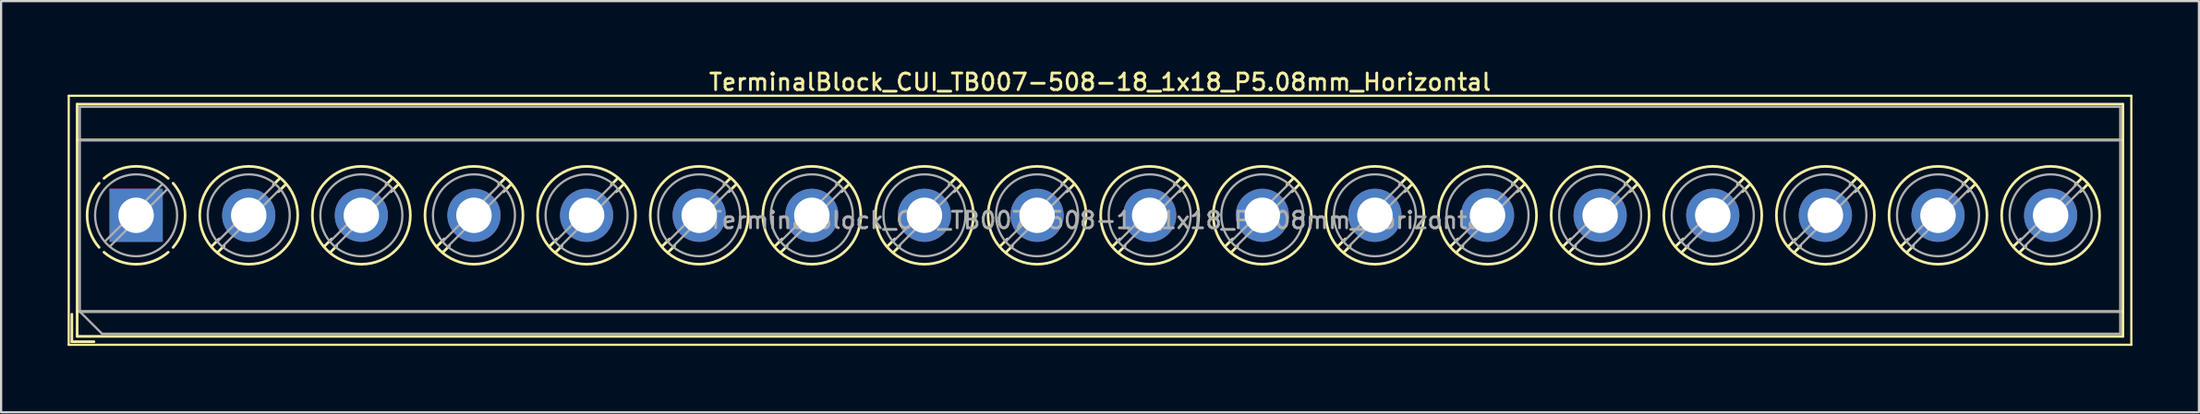
<source format=kicad_pcb>
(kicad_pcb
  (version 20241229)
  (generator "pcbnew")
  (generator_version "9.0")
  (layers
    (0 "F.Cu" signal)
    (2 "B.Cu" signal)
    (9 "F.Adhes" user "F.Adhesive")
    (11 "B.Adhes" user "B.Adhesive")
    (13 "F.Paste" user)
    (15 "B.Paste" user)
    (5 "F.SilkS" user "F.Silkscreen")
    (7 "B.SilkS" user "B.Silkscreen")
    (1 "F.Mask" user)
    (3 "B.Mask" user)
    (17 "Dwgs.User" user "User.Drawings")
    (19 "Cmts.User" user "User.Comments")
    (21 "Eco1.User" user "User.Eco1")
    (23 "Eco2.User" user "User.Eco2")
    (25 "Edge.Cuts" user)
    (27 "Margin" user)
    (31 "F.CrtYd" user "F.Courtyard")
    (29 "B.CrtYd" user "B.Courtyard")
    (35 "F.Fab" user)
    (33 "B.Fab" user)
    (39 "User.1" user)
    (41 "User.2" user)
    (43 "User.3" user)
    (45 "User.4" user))
  (footprint "TerminalBlock_CUI_TB007-508-18_1x18_P5.08mm_Horizontal"
    (layer "F.Cu")
    (at 3.09 6.678)
    (property "Reference" "TerminalBlock_CUI_TB007-508-18_1x18_P5.08mm_Horizontal" (at 43.48 -6.02 0) (layer "F.SilkS") (effects (font (size 0.75 0.75) (thickness 0.125))))
    (attr through_hole)
    (fp_line (start -3.04 -5.4) (end -3.04 5.85) (stroke (width 0.1) (type solid)) (layer "F.SilkS"))
    (fp_line (start -3.04 5.85) (end 90 5.85) (stroke (width 0.1) (type solid)) (layer "F.SilkS"))
    (fp_line (start -2.9 4.47) (end -2.9 5.71) (stroke (width 0.12) (type solid)) (layer "F.SilkS"))
    (fp_line (start -2.9 5.71) (end -1.9 5.71) (stroke (width 0.12) (type solid)) (layer "F.SilkS"))
    (fp_line (start -2.66 -5.02) (end -2.66 5.47) (stroke (width 0.12) (type solid)) (layer "F.SilkS"))
    (fp_line (start -2.66 -5.02) (end 89.62 -5.02) (stroke (width 0.12) (type solid)) (layer "F.SilkS"))
    (fp_line (start -2.66 -3.401) (end 89.62 -3.401) (stroke (width 0.12) (type solid)) (layer "F.SilkS"))
    (fp_line (start -2.66 4.35) (end 89.62 4.35) (stroke (width 0.12) (type solid)) (layer "F.SilkS"))
    (fp_line (start -2.66 5.47) (end 89.62 5.47) (stroke (width 0.12) (type solid)) (layer "F.SilkS"))
    (fp_line (start 3.743 1.068) (end 3.404 1.407) (stroke (width 0.12) (type solid)) (layer "F.SilkS"))
    (fp_line (start 3.967 1.384) (end 3.674 1.676) (stroke (width 0.12) (type solid)) (layer "F.SilkS"))
    (fp_line (start 6.487 -1.676) (end 6.194 -1.384) (stroke (width 0.12) (type solid)) (layer "F.SilkS"))
    (fp_line (start 6.757 -1.407) (end 6.418 -1.068) (stroke (width 0.12) (type solid)) (layer "F.SilkS"))
    (fp_line (start 8.823 1.068) (end 8.484 1.407) (stroke (width 0.12) (type solid)) (layer "F.SilkS"))
    (fp_line (start 9.047 1.384) (end 8.754 1.676) (stroke (width 0.12) (type solid)) (layer "F.SilkS"))
    (fp_line (start 11.567 -1.676) (end 11.274 -1.384) (stroke (width 0.12) (type solid)) (layer "F.SilkS"))
    (fp_line (start 11.837 -1.407) (end 11.498 -1.068) (stroke (width 0.12) (type solid)) (layer "F.SilkS"))
    (fp_line (start 13.903 1.068) (end 13.564 1.407) (stroke (width 0.12) (type solid)) (layer "F.SilkS"))
    (fp_line (start 14.127 1.384) (end 13.834 1.676) (stroke (width 0.12) (type solid)) (layer "F.SilkS"))
    (fp_line (start 16.647 -1.676) (end 16.354 -1.384) (stroke (width 0.12) (type solid)) (layer "F.SilkS"))
    (fp_line (start 16.917 -1.407) (end 16.578 -1.068) (stroke (width 0.12) (type solid)) (layer "F.SilkS"))
    (fp_line (start 18.983 1.068) (end 18.644 1.407) (stroke (width 0.12) (type solid)) (layer "F.SilkS"))
    (fp_line (start 19.207 1.384) (end 18.914 1.676) (stroke (width 0.12) (type solid)) (layer "F.SilkS"))
    (fp_line (start 21.727 -1.676) (end 21.434 -1.384) (stroke (width 0.12) (type solid)) (layer "F.SilkS"))
    (fp_line (start 21.997 -1.407) (end 21.658 -1.068) (stroke (width 0.12) (type solid)) (layer "F.SilkS"))
    (fp_line (start 24.063 1.068) (end 23.724 1.407) (stroke (width 0.12) (type solid)) (layer "F.SilkS"))
    (fp_line (start 24.287 1.384) (end 23.994 1.676) (stroke (width 0.12) (type solid)) (layer "F.SilkS"))
    (fp_line (start 26.807 -1.676) (end 26.514 -1.384) (stroke (width 0.12) (type solid)) (layer "F.SilkS"))
    (fp_line (start 27.077 -1.407) (end 26.738 -1.068) (stroke (width 0.12) (type solid)) (layer "F.SilkS"))
    (fp_line (start 29.143 1.068) (end 28.804 1.407) (stroke (width 0.12) (type solid)) (layer "F.SilkS"))
    (fp_line (start 29.367 1.384) (end 29.074 1.676) (stroke (width 0.12) (type solid)) (layer "F.SilkS"))
    (fp_line (start 31.887 -1.676) (end 31.594 -1.384) (stroke (width 0.12) (type solid)) (layer "F.SilkS"))
    (fp_line (start 32.157 -1.407) (end 31.818 -1.068) (stroke (width 0.12) (type solid)) (layer "F.SilkS"))
    (fp_line (start 34.223 1.068) (end 33.884 1.407) (stroke (width 0.12) (type solid)) (layer "F.SilkS"))
    (fp_line (start 34.447 1.384) (end 34.154 1.676) (stroke (width 0.12) (type solid)) (layer "F.SilkS"))
    (fp_line (start 36.967 -1.676) (end 36.674 -1.384) (stroke (width 0.12) (type solid)) (layer "F.SilkS"))
    (fp_line (start 37.237 -1.407) (end 36.898 -1.068) (stroke (width 0.12) (type solid)) (layer "F.SilkS"))
    (fp_line (start 39.303 1.068) (end 38.964 1.407) (stroke (width 0.12) (type solid)) (layer "F.SilkS"))
    (fp_line (start 39.527 1.384) (end 39.234 1.676) (stroke (width 0.12) (type solid)) (layer "F.SilkS"))
    (fp_line (start 42.047 -1.676) (end 41.754 -1.384) (stroke (width 0.12) (type solid)) (layer "F.SilkS"))
    (fp_line (start 42.317 -1.407) (end 41.978 -1.068) (stroke (width 0.12) (type solid)) (layer "F.SilkS"))
    (fp_line (start 44.383 1.068) (end 44.044 1.407) (stroke (width 0.12) (type solid)) (layer "F.SilkS"))
    (fp_line (start 44.607 1.384) (end 44.314 1.676) (stroke (width 0.12) (type solid)) (layer "F.SilkS"))
    (fp_line (start 47.127 -1.676) (end 46.834 -1.384) (stroke (width 0.12) (type solid)) (layer "F.SilkS"))
    (fp_line (start 47.397 -1.407) (end 47.058 -1.068) (stroke (width 0.12) (type solid)) (layer "F.SilkS"))
    (fp_line (start 49.463 1.068) (end 49.124 1.407) (stroke (width 0.12) (type solid)) (layer "F.SilkS"))
    (fp_line (start 49.687 1.384) (end 49.394 1.676) (stroke (width 0.12) (type solid)) (layer "F.SilkS"))
    (fp_line (start 52.207 -1.676) (end 51.914 -1.384) (stroke (width 0.12) (type solid)) (layer "F.SilkS"))
    (fp_line (start 52.477 -1.407) (end 52.138 -1.068) (stroke (width 0.12) (type solid)) (layer "F.SilkS"))
    (fp_line (start 54.543 1.068) (end 54.204 1.407) (stroke (width 0.12) (type solid)) (layer "F.SilkS"))
    (fp_line (start 54.767 1.384) (end 54.474 1.676) (stroke (width 0.12) (type solid)) (layer "F.SilkS"))
    (fp_line (start 57.287 -1.676) (end 56.994 -1.384) (stroke (width 0.12) (type solid)) (layer "F.SilkS"))
    (fp_line (start 57.557 -1.407) (end 57.218 -1.068) (stroke (width 0.12) (type solid)) (layer "F.SilkS"))
    (fp_line (start 59.623 1.068) (end 59.284 1.407) (stroke (width 0.12) (type solid)) (layer "F.SilkS"))
    (fp_line (start 59.847 1.384) (end 59.554 1.676) (stroke (width 0.12) (type solid)) (layer "F.SilkS"))
    (fp_line (start 62.367 -1.676) (end 62.074 -1.384) (stroke (width 0.12) (type solid)) (layer "F.SilkS"))
    (fp_line (start 62.637 -1.407) (end 62.298 -1.068) (stroke (width 0.12) (type solid)) (layer "F.SilkS"))
    (fp_line (start 64.703 1.068) (end 64.364 1.407) (stroke (width 0.12) (type solid)) (layer "F.SilkS"))
    (fp_line (start 64.927 1.384) (end 64.634 1.676) (stroke (width 0.12) (type solid)) (layer "F.SilkS"))
    (fp_line (start 67.447 -1.676) (end 67.154 -1.384) (stroke (width 0.12) (type solid)) (layer "F.SilkS"))
    (fp_line (start 67.717 -1.407) (end 67.378 -1.068) (stroke (width 0.12) (type solid)) (layer "F.SilkS"))
    (fp_line (start 69.783 1.068) (end 69.444 1.407) (stroke (width 0.12) (type solid)) (layer "F.SilkS"))
    (fp_line (start 70.007 1.384) (end 69.714 1.676) (stroke (width 0.12) (type solid)) (layer "F.SilkS"))
    (fp_line (start 72.527 -1.676) (end 72.234 -1.384) (stroke (width 0.12) (type solid)) (layer "F.SilkS"))
    (fp_line (start 72.797 -1.407) (end 72.458 -1.068) (stroke (width 0.12) (type solid)) (layer "F.SilkS"))
    (fp_line (start 74.863 1.068) (end 74.524 1.407) (stroke (width 0.12) (type solid)) (layer "F.SilkS"))
    (fp_line (start 75.087 1.384) (end 74.794 1.676) (stroke (width 0.12) (type solid)) (layer "F.SilkS"))
    (fp_line (start 77.607 -1.676) (end 77.314 -1.384) (stroke (width 0.12) (type solid)) (layer "F.SilkS"))
    (fp_line (start 77.877 -1.407) (end 77.538 -1.068) (stroke (width 0.12) (type solid)) (layer "F.SilkS"))
    (fp_line (start 79.943 1.068) (end 79.604 1.407) (stroke (width 0.12) (type solid)) (layer "F.SilkS"))
    (fp_line (start 80.167 1.384) (end 79.874 1.676) (stroke (width 0.12) (type solid)) (layer "F.SilkS"))
    (fp_line (start 82.687 -1.676) (end 82.394 -1.384) (stroke (width 0.12) (type solid)) (layer "F.SilkS"))
    (fp_line (start 82.957 -1.407) (end 82.618 -1.068) (stroke (width 0.12) (type solid)) (layer "F.SilkS"))
    (fp_line (start 85.023 1.068) (end 84.684 1.407) (stroke (width 0.12) (type solid)) (layer "F.SilkS"))
    (fp_line (start 85.247 1.384) (end 84.954 1.676) (stroke (width 0.12) (type solid)) (layer "F.SilkS"))
    (fp_line (start 87.767 -1.676) (end 87.474 -1.384) (stroke (width 0.12) (type solid)) (layer "F.SilkS"))
    (fp_line (start 88.037 -1.407) (end 87.698 -1.068) (stroke (width 0.12) (type solid)) (layer "F.SilkS"))
    (fp_line (start 89.62 -5.02) (end 89.62 5.47) (stroke (width 0.12) (type solid)) (layer "F.SilkS"))
    (fp_line (start 90 -5.4) (end -3.04 -5.4) (stroke (width 0.1) (type solid)) (layer "F.SilkS"))
    (fp_line (start 90 5.85) (end 90 -5.4) (stroke (width 0.1) (type solid)) (layer "F.SilkS"))
    (fp_arc (start -1.66902 1.449827) (mid -2.210797 -0.000777) (end -1.668 -1.451) (stroke (width 0.12) (type solid)) (layer "F.SilkS"))
    (fp_arc (start -1.449827 -1.66902) (mid 0.000777 -2.210797) (end 1.451 -1.668) (stroke (width 0.12) (type solid)) (layer "F.SilkS"))
    (fp_arc (start 0.037807 2.210474) (mid -0.756867 2.077204) (end -1.451 1.668) (stroke (width 0.12) (type solid)) (layer "F.SilkS"))
    (fp_arc (start 1.44989 1.667908) (mid 0.773958 2.070046) (end 0 2.21) (stroke (width 0.12) (type solid)) (layer "F.SilkS"))
    (fp_arc (start 1.668029 -1.449966) (mid 2.210141 0.000022) (end 1.668 1.45) (stroke (width 0.12) (type solid)) (layer "F.SilkS"))
    (fp_circle (center 5.08 0) (end 7.29 0) (stroke (width 0.12) (type solid)) (fill no) (layer "F.SilkS"))
    (fp_circle (center 10.16 0) (end 12.37 0) (stroke (width 0.12) (type solid)) (fill no) (layer "F.SilkS"))
    (fp_circle (center 15.24 0) (end 17.45 0) (stroke (width 0.12) (type solid)) (fill no) (layer "F.SilkS"))
    (fp_circle (center 20.32 0) (end 22.53 0) (stroke (width 0.12) (type solid)) (fill no) (layer "F.SilkS"))
    (fp_circle (center 25.4 0) (end 27.61 0) (stroke (width 0.12) (type solid)) (fill no) (layer "F.SilkS"))
    (fp_circle (center 30.48 0) (end 32.69 0) (stroke (width 0.12) (type solid)) (fill no) (layer "F.SilkS"))
    (fp_circle (center 35.56 0) (end 37.77 0) (stroke (width 0.12) (type solid)) (fill no) (layer "F.SilkS"))
    (fp_circle (center 40.64 0) (end 42.85 0) (stroke (width 0.12) (type solid)) (fill no) (layer "F.SilkS"))
    (fp_circle (center 45.72 0) (end 47.93 0) (stroke (width 0.12) (type solid)) (fill no) (layer "F.SilkS"))
    (fp_circle (center 50.8 0) (end 53.01 0) (stroke (width 0.12) (type solid)) (fill no) (layer "F.SilkS"))
    (fp_circle (center 55.88 0) (end 58.09 0) (stroke (width 0.12) (type solid)) (fill no) (layer "F.SilkS"))
    (fp_circle (center 60.96 0) (end 63.17 0) (stroke (width 0.12) (type solid)) (fill no) (layer "F.SilkS"))
    (fp_circle (center 66.04 0) (end 68.25 0) (stroke (width 0.12) (type solid)) (fill no) (layer "F.SilkS"))
    (fp_circle (center 71.12 0) (end 73.33 0) (stroke (width 0.12) (type solid)) (fill no) (layer "F.SilkS"))
    (fp_circle (center 76.2 0) (end 78.41 0) (stroke (width 0.12) (type solid)) (fill no) (layer "F.SilkS"))
    (fp_circle (center 81.28 0) (end 83.49 0) (stroke (width 0.12) (type solid)) (fill no) (layer "F.SilkS"))
    (fp_circle (center 86.36 0) (end 88.57 0) (stroke (width 0.12) (type solid)) (fill no) (layer "F.SilkS"))
    (fp_line (start -2.54 -4.9) (end 89.5 -4.9) (stroke (width 0.1) (type solid)) (layer "F.Fab"))
    (fp_line (start -2.54 -3.4) (end 89.5 -3.4) (stroke (width 0.1) (type solid)) (layer "F.Fab"))
    (fp_line (start -2.54 4.35) (end -2.54 -4.9) (stroke (width 0.1) (type solid)) (layer "F.Fab"))
    (fp_line (start -2.54 4.35) (end 89.5 4.35) (stroke (width 0.1) (type solid)) (layer "F.Fab"))
    (fp_line (start -1.54 5.35) (end -2.54 4.35) (stroke (width 0.1) (type solid)) (layer "F.Fab"))
    (fp_line (start 1.178 -1.403) (end -1.404 1.178) (stroke (width 0.1) (type solid)) (layer "F.Fab"))
    (fp_line (start 1.404 -1.178) (end -1.178 1.403) (stroke (width 0.1) (type solid)) (layer "F.Fab"))
    (fp_line (start 6.258 -1.403) (end 3.677 1.178) (stroke (width 0.1) (type solid)) (layer "F.Fab"))
    (fp_line (start 6.484 -1.178) (end 3.903 1.403) (stroke (width 0.1) (type solid)) (layer "F.Fab"))
    (fp_line (start 11.338 -1.403) (end 8.757 1.178) (stroke (width 0.1) (type solid)) (layer "F.Fab"))
    (fp_line (start 11.564 -1.178) (end 8.983 1.403) (stroke (width 0.1) (type solid)) (layer "F.Fab"))
    (fp_line (start 16.418 -1.403) (end 13.837 1.178) (stroke (width 0.1) (type solid)) (layer "F.Fab"))
    (fp_line (start 16.644 -1.178) (end 14.063 1.403) (stroke (width 0.1) (type solid)) (layer "F.Fab"))
    (fp_line (start 21.498 -1.403) (end 18.917 1.178) (stroke (width 0.1) (type solid)) (layer "F.Fab"))
    (fp_line (start 21.724 -1.178) (end 19.143 1.403) (stroke (width 0.1) (type solid)) (layer "F.Fab"))
    (fp_line (start 26.578 -1.403) (end 23.997 1.178) (stroke (width 0.1) (type solid)) (layer "F.Fab"))
    (fp_line (start 26.804 -1.178) (end 24.223 1.403) (stroke (width 0.1) (type solid)) (layer "F.Fab"))
    (fp_line (start 31.658 -1.403) (end 29.077 1.178) (stroke (width 0.1) (type solid)) (layer "F.Fab"))
    (fp_line (start 31.884 -1.178) (end 29.303 1.403) (stroke (width 0.1) (type solid)) (layer "F.Fab"))
    (fp_line (start 36.738 -1.403) (end 34.157 1.178) (stroke (width 0.1) (type solid)) (layer "F.Fab"))
    (fp_line (start 36.964 -1.178) (end 34.383 1.403) (stroke (width 0.1) (type solid)) (layer "F.Fab"))
    (fp_line (start 41.818 -1.403) (end 39.237 1.178) (stroke (width 0.1) (type solid)) (layer "F.Fab"))
    (fp_line (start 42.044 -1.178) (end 39.463 1.403) (stroke (width 0.1) (type solid)) (layer "F.Fab"))
    (fp_line (start 46.898 -1.403) (end 44.317 1.178) (stroke (width 0.1) (type solid)) (layer "F.Fab"))
    (fp_line (start 47.124 -1.178) (end 44.543 1.403) (stroke (width 0.1) (type solid)) (layer "F.Fab"))
    (fp_line (start 51.978 -1.403) (end 49.397 1.178) (stroke (width 0.1) (type solid)) (layer "F.Fab"))
    (fp_line (start 52.204 -1.178) (end 49.623 1.403) (stroke (width 0.1) (type solid)) (layer "F.Fab"))
    (fp_line (start 57.058 -1.403) (end 54.477 1.178) (stroke (width 0.1) (type solid)) (layer "F.Fab"))
    (fp_line (start 57.284 -1.178) (end 54.703 1.403) (stroke (width 0.1) (type solid)) (layer "F.Fab"))
    (fp_line (start 62.138 -1.403) (end 59.557 1.178) (stroke (width 0.1) (type solid)) (layer "F.Fab"))
    (fp_line (start 62.364 -1.178) (end 59.783 1.403) (stroke (width 0.1) (type solid)) (layer "F.Fab"))
    (fp_line (start 67.218 -1.403) (end 64.637 1.178) (stroke (width 0.1) (type solid)) (layer "F.Fab"))
    (fp_line (start 67.444 -1.178) (end 64.863 1.403) (stroke (width 0.1) (type solid)) (layer "F.Fab"))
    (fp_line (start 72.298 -1.403) (end 69.717 1.178) (stroke (width 0.1) (type solid)) (layer "F.Fab"))
    (fp_line (start 72.524 -1.178) (end 69.943 1.403) (stroke (width 0.1) (type solid)) (layer "F.Fab"))
    (fp_line (start 77.378 -1.403) (end 74.797 1.178) (stroke (width 0.1) (type solid)) (layer "F.Fab"))
    (fp_line (start 77.604 -1.178) (end 75.023 1.403) (stroke (width 0.1) (type solid)) (layer "F.Fab"))
    (fp_line (start 82.458 -1.403) (end 79.877 1.178) (stroke (width 0.1) (type solid)) (layer "F.Fab"))
    (fp_line (start 82.684 -1.178) (end 80.103 1.403) (stroke (width 0.1) (type solid)) (layer "F.Fab"))
    (fp_line (start 87.538 -1.403) (end 84.957 1.178) (stroke (width 0.1) (type solid)) (layer "F.Fab"))
    (fp_line (start 87.764 -1.178) (end 85.183 1.403) (stroke (width 0.1) (type solid)) (layer "F.Fab"))
    (fp_line (start 89.5 -4.9) (end 89.5 5.35) (stroke (width 0.1) (type solid)) (layer "F.Fab"))
    (fp_line (start 89.5 5.35) (end -1.54 5.35) (stroke (width 0.1) (type solid)) (layer "F.Fab"))
    (fp_circle (center 0 0) (end 1.85 0) (stroke (width 0.1) (type solid)) (fill no) (layer "F.Fab"))
    (fp_circle (center 5.08 0) (end 6.93 0) (stroke (width 0.1) (type solid)) (fill no) (layer "F.Fab"))
    (fp_circle (center 10.16 0) (end 12.01 0) (stroke (width 0.1) (type solid)) (fill no) (layer "F.Fab"))
    (fp_circle (center 15.24 0) (end 17.09 0) (stroke (width 0.1) (type solid)) (fill no) (layer "F.Fab"))
    (fp_circle (center 20.32 0) (end 22.17 0) (stroke (width 0.1) (type solid)) (fill no) (layer "F.Fab"))
    (fp_circle (center 25.4 0) (end 27.25 0) (stroke (width 0.1) (type solid)) (fill no) (layer "F.Fab"))
    (fp_circle (center 30.48 0) (end 32.33 0) (stroke (width 0.1) (type solid)) (fill no) (layer "F.Fab"))
    (fp_circle (center 35.56 0) (end 37.41 0) (stroke (width 0.1) (type solid)) (fill no) (layer "F.Fab"))
    (fp_circle (center 40.64 0) (end 42.49 0) (stroke (width 0.1) (type solid)) (fill no) (layer "F.Fab"))
    (fp_circle (center 45.72 0) (end 47.57 0) (stroke (width 0.1) (type solid)) (fill no) (layer "F.Fab"))
    (fp_circle (center 50.8 0) (end 52.65 0) (stroke (width 0.1) (type solid)) (fill no) (layer "F.Fab"))
    (fp_circle (center 55.88 0) (end 57.73 0) (stroke (width 0.1) (type solid)) (fill no) (layer "F.Fab"))
    (fp_circle (center 60.96 0) (end 62.81 0) (stroke (width 0.1) (type solid)) (fill no) (layer "F.Fab"))
    (fp_circle (center 66.04 0) (end 67.89 0) (stroke (width 0.1) (type solid)) (fill no) (layer "F.Fab"))
    (fp_circle (center 71.12 0) (end 72.97 0) (stroke (width 0.1) (type solid)) (fill no) (layer "F.Fab"))
    (fp_circle (center 76.2 0) (end 78.05 0) (stroke (width 0.1) (type solid)) (fill no) (layer "F.Fab"))
    (fp_circle (center 81.28 0) (end 83.13 0) (stroke (width 0.1) (type solid)) (fill no) (layer "F.Fab"))
    (fp_circle (center 86.36 0) (end 88.21 0) (stroke (width 0.1) (type solid)) (fill no) (layer "F.Fab"))
    (fp_text user "${REFERENCE}" (at 43.48 0.225 0) (layer "F.Fab") (effects (font (size 0.75 0.75) (thickness 0.125))))
    (pad "1" thru_hole rect (at 0 0) (size 2.4 2.4) (drill 1.6) (layers "*.Cu" "*.Mask"))
    (pad "2" thru_hole circle (at 5.08 0) (size 2.4 2.4) (drill 1.6) (layers "*.Cu" "*.Mask"))
    (pad "3" thru_hole circle (at 10.16 0) (size 2.4 2.4) (drill 1.6) (layers "*.Cu" "*.Mask"))
    (pad "4" thru_hole circle (at 15.24 0) (size 2.4 2.4) (drill 1.6) (layers "*.Cu" "*.Mask"))
    (pad "5" thru_hole circle (at 20.32 0) (size 2.4 2.4) (drill 1.6) (layers "*.Cu" "*.Mask"))
    (pad "6" thru_hole circle (at 25.4 0) (size 2.4 2.4) (drill 1.6) (layers "*.Cu" "*.Mask"))
    (pad "7" thru_hole circle (at 30.48 0) (size 2.4 2.4) (drill 1.6) (layers "*.Cu" "*.Mask"))
    (pad "8" thru_hole circle (at 35.56 0) (size 2.4 2.4) (drill 1.6) (layers "*.Cu" "*.Mask"))
    (pad "9" thru_hole circle (at 40.64 0) (size 2.4 2.4) (drill 1.6) (layers "*.Cu" "*.Mask"))
    (pad "10" thru_hole circle (at 45.72 0) (size 2.4 2.4) (drill 1.6) (layers "*.Cu" "*.Mask"))
    (pad "11" thru_hole circle (at 50.8 0) (size 2.4 2.4) (drill 1.6) (layers "*.Cu" "*.Mask"))
    (pad "12" thru_hole circle (at 55.88 0) (size 2.4 2.4) (drill 1.6) (layers "*.Cu" "*.Mask"))
    (pad "13" thru_hole circle (at 60.96 0) (size 2.4 2.4) (drill 1.6) (layers "*.Cu" "*.Mask"))
    (pad "14" thru_hole circle (at 66.04 0) (size 2.4 2.4) (drill 1.6) (layers "*.Cu" "*.Mask"))
    (pad "15" thru_hole circle (at 71.12 0) (size 2.4 2.4) (drill 1.6) (layers "*.Cu" "*.Mask"))
    (pad "16" thru_hole circle (at 76.2 0) (size 2.4 2.4) (drill 1.6) (layers "*.Cu" "*.Mask"))
    (pad "17" thru_hole circle (at 81.28 0) (size 2.4 2.4) (drill 1.6) (layers "*.Cu" "*.Mask"))
    (pad "18" thru_hole circle (at 86.36 0) (size 2.4 2.4) (drill 1.6) (layers "*.Cu" "*.Mask")))
  (gr_rect
    (start -3 -3)
    (end 96.14 15.578)
    (stroke (width 0.1) (type default))
    (fill no)
    (layer "Edge.Cuts")))
</source>
